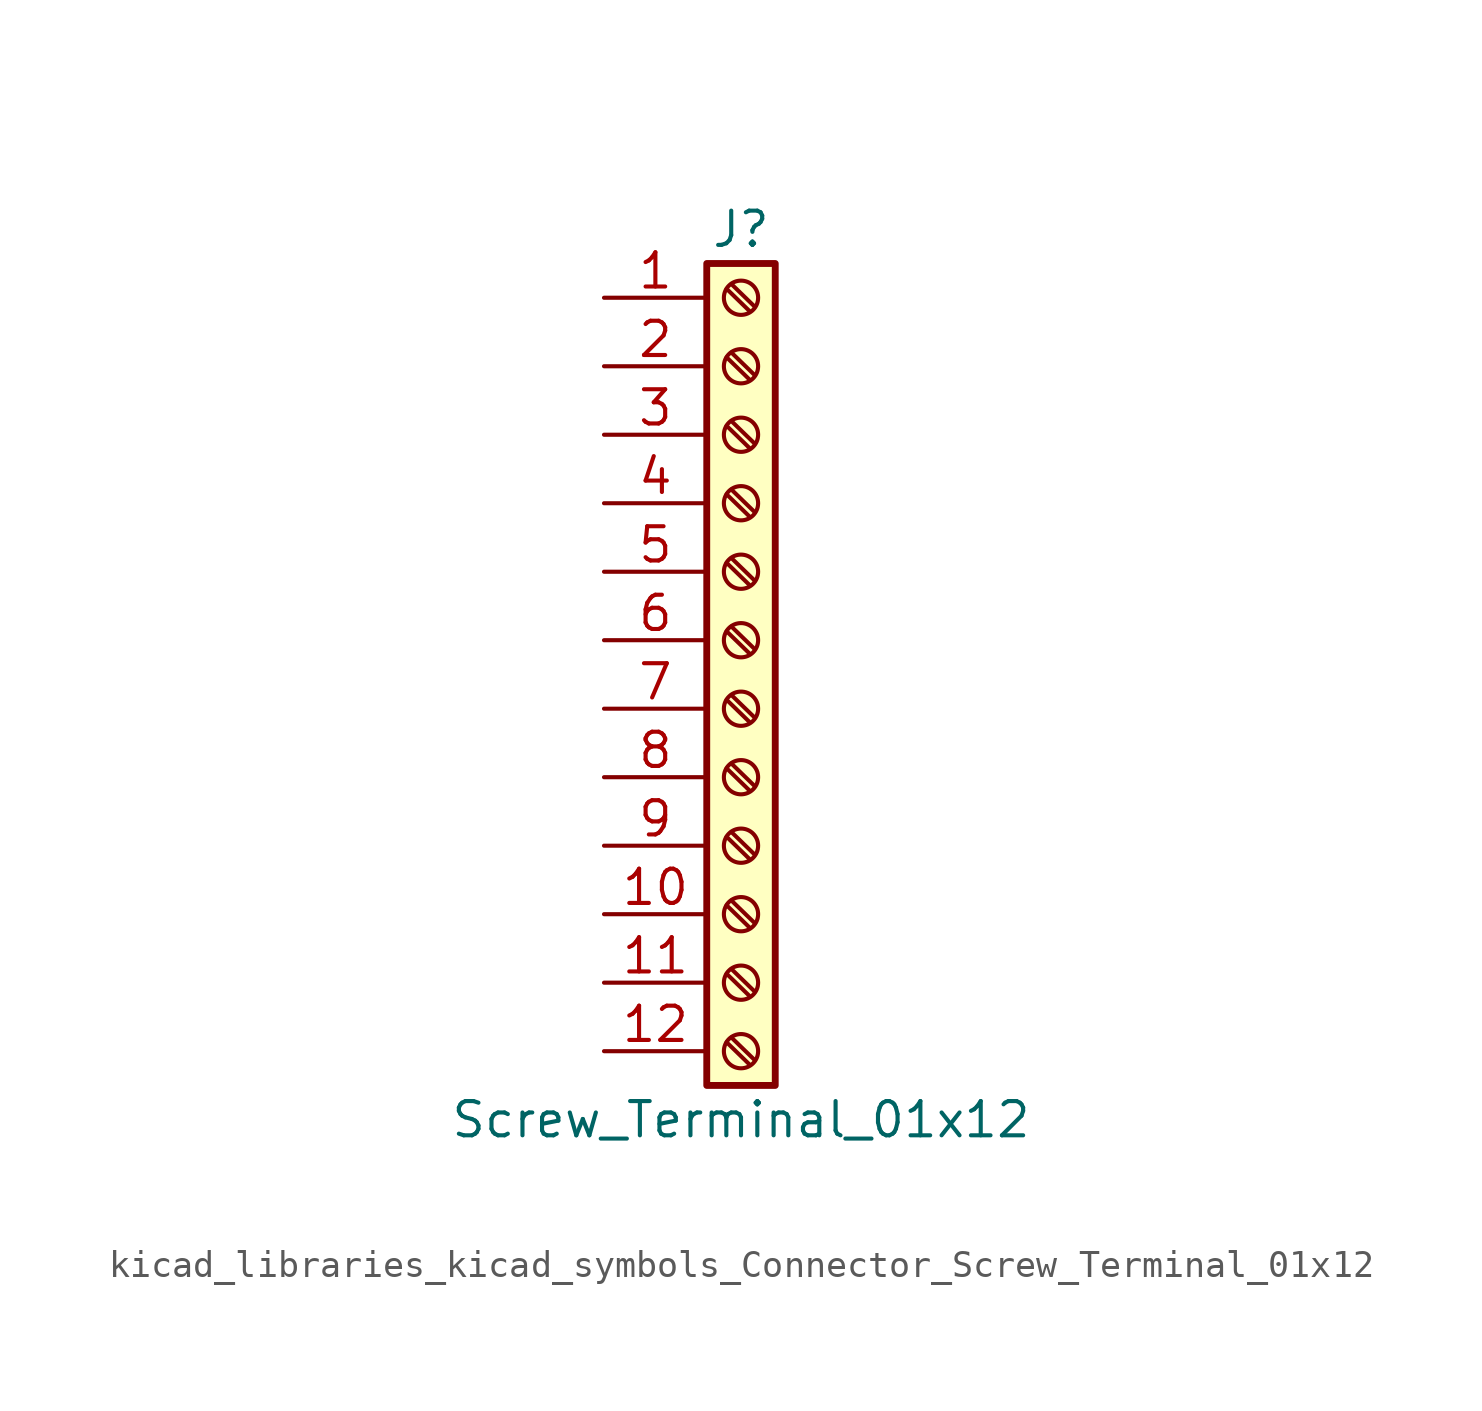
<source format=kicad_sym>
(kicad_symbol_lib
  (version 20220914)
  (generator kicad_symbol_editor)
  (symbol "kicad_libraries_kicad_symbols_Connector_Screw_Terminal_01x12"
    (pin_names
      (offset 1.016) hide)
    (property "Reference" "J"
      (at 0 15.24 0)
      (effects (font (size 1.27 1.27))))
    (property "Value" "Screw_Terminal_01x12"
      (at 0 -17.78 0)
      (effects (font (size 1.27 1.27))))
    (symbol "kicad_libraries_kicad_symbols_Connector_Screw_Terminal_01x12_1_1"
      (rectangle (start -1.27 13.97) (end 1.27 -16.51) (stroke (width 0.254) (type default)) (fill (type background)))
      (circle (center 0 -15.24) (radius 0.635) (stroke (width 0.152) (type default)) (fill (type none)))
      (circle (center 0 -12.7) (radius 0.635) (stroke (width 0.152) (type default)) (fill (type none)))
      (circle (center 0 -10.16) (radius 0.635) (stroke (width 0.152) (type default)) (fill (type none)))
      (circle (center 0 -7.62) (radius 0.635) (stroke (width 0.152) (type default)) (fill (type none)))
      (circle (center 0 -5.08) (radius 0.635) (stroke (width 0.152) (type default)) (fill (type none)))
      (circle (center 0 -2.54) (radius 0.635) (stroke (width 0.152) (type default)) (fill (type none)))
      (polyline (pts (xy -0.533 -14.91) (xy 0.33 -15.748)) (stroke (width 0.152) (type default)) (fill (type none)))
      (polyline (pts (xy -0.533 -12.37) (xy 0.33 -13.208)) (stroke (width 0.152) (type default)) (fill (type none)))
      (polyline (pts (xy -0.533 -9.83) (xy 0.33 -10.668)) (stroke (width 0.152) (type default)) (fill (type none)))
      (polyline (pts (xy -0.533 -7.29) (xy 0.33 -8.128)) (stroke (width 0.152) (type default)) (fill (type none)))
      (polyline (pts (xy -0.533 -4.75) (xy 0.33 -5.588)) (stroke (width 0.152) (type default)) (fill (type none)))
      (polyline (pts (xy -0.533 -2.21) (xy 0.33 -3.048)) (stroke (width 0.152) (type default)) (fill (type none)))
      (polyline (pts (xy -0.533 0.33) (xy 0.33 -0.508)) (stroke (width 0.152) (type default)) (fill (type none)))
      (polyline (pts (xy -0.533 2.87) (xy 0.33 2.032)) (stroke (width 0.152) (type default)) (fill (type none)))
      (polyline (pts (xy -0.533 5.41) (xy 0.33 4.572)) (stroke (width 0.152) (type default)) (fill (type none)))
      (polyline (pts (xy -0.533 7.95) (xy 0.33 7.112)) (stroke (width 0.152) (type default)) (fill (type none)))
      (polyline (pts (xy -0.533 10.49) (xy 0.33 9.652)) (stroke (width 0.152) (type default)) (fill (type none)))
      (polyline (pts (xy -0.533 13.03) (xy 0.33 12.192)) (stroke (width 0.152) (type default)) (fill (type none)))
      (polyline (pts (xy -0.356 -14.732) (xy 0.508 -15.57)) (stroke (width 0.152) (type default)) (fill (type none)))
      (polyline (pts (xy -0.356 -12.192) (xy 0.508 -13.03)) (stroke (width 0.152) (type default)) (fill (type none)))
      (polyline (pts (xy -0.356 -9.652) (xy 0.508 -10.49)) (stroke (width 0.152) (type default)) (fill (type none)))
      (polyline (pts (xy -0.356 -7.112) (xy 0.508 -7.95)) (stroke (width 0.152) (type default)) (fill (type none)))
      (polyline (pts (xy -0.356 -4.572) (xy 0.508 -5.41)) (stroke (width 0.152) (type default)) (fill (type none)))
      (polyline (pts (xy -0.356 -2.032) (xy 0.508 -2.87)) (stroke (width 0.152) (type default)) (fill (type none)))
      (polyline (pts (xy -0.356 0.508) (xy 0.508 -0.33)) (stroke (width 0.152) (type default)) (fill (type none)))
      (polyline (pts (xy -0.356 3.048) (xy 0.508 2.21)) (stroke (width 0.152) (type default)) (fill (type none)))
      (polyline (pts (xy -0.356 5.588) (xy 0.508 4.75)) (stroke (width 0.152) (type default)) (fill (type none)))
      (polyline (pts (xy -0.356 8.128) (xy 0.508 7.29)) (stroke (width 0.152) (type default)) (fill (type none)))
      (polyline (pts (xy -0.356 10.668) (xy 0.508 9.83)) (stroke (width 0.152) (type default)) (fill (type none)))
      (polyline (pts (xy -0.356 13.208) (xy 0.508 12.37)) (stroke (width 0.152) (type default)) (fill (type none)))
      (circle (center 0 0) (radius 0.635) (stroke (width 0.152) (type default)) (fill (type none)))
      (circle (center 0 2.54) (radius 0.635) (stroke (width 0.152) (type default)) (fill (type none)))
      (circle (center 0 5.08) (radius 0.635) (stroke (width 0.152) (type default)) (fill (type none)))
      (circle (center 0 7.62) (radius 0.635) (stroke (width 0.152) (type default)) (fill (type none)))
      (circle (center 0 10.16) (radius 0.635) (stroke (width 0.152) (type default)) (fill (type none)))
      (circle (center 0 12.7) (radius 0.635) (stroke (width 0.152) (type default)) (fill (type none)))
      (pin passive line (at -5.08 12.7 0) (length 3.81) (name "Pin_1" (effects (font (size 1.27 1.27)))) (number "1" (effects (font (size 1.27 1.27)))))
      (pin passive line (at -5.08 -10.16 0) (length 3.81) (name "Pin_10" (effects (font (size 1.27 1.27)))) (number "10" (effects (font (size 1.27 1.27)))))
      (pin passive line (at -5.08 -12.7 0) (length 3.81) (name "Pin_11" (effects (font (size 1.27 1.27)))) (number "11" (effects (font (size 1.27 1.27)))))
      (pin passive line (at -5.08 -15.24 0) (length 3.81) (name "Pin_12" (effects (font (size 1.27 1.27)))) (number "12" (effects (font (size 1.27 1.27)))))
      (pin passive line (at -5.08 10.16 0) (length 3.81) (name "Pin_2" (effects (font (size 1.27 1.27)))) (number "2" (effects (font (size 1.27 1.27)))))
      (pin passive line (at -5.08 7.62 0) (length 3.81) (name "Pin_3" (effects (font (size 1.27 1.27)))) (number "3" (effects (font (size 1.27 1.27)))))
      (pin passive line (at -5.08 5.08 0) (length 3.81) (name "Pin_4" (effects (font (size 1.27 1.27)))) (number "4" (effects (font (size 1.27 1.27)))))
      (pin passive line (at -5.08 2.54 0) (length 3.81) (name "Pin_5" (effects (font (size 1.27 1.27)))) (number "5" (effects (font (size 1.27 1.27)))))
      (pin passive line (at -5.08 0 0) (length 3.81) (name "Pin_6" (effects (font (size 1.27 1.27)))) (number "6" (effects (font (size 1.27 1.27)))))
      (pin passive line (at -5.08 -2.54 0) (length 3.81) (name "Pin_7" (effects (font (size 1.27 1.27)))) (number "7" (effects (font (size 1.27 1.27)))))
      (pin passive line (at -5.08 -5.08 0) (length 3.81) (name "Pin_8" (effects (font (size 1.27 1.27)))) (number "8" (effects (font (size 1.27 1.27)))))
      (pin passive line (at -5.08 -7.62 0) (length 3.81) (name "Pin_9" (effects (font (size 1.27 1.27)))) (number "9" (effects (font (size 1.27 1.27))))))))
</source>
